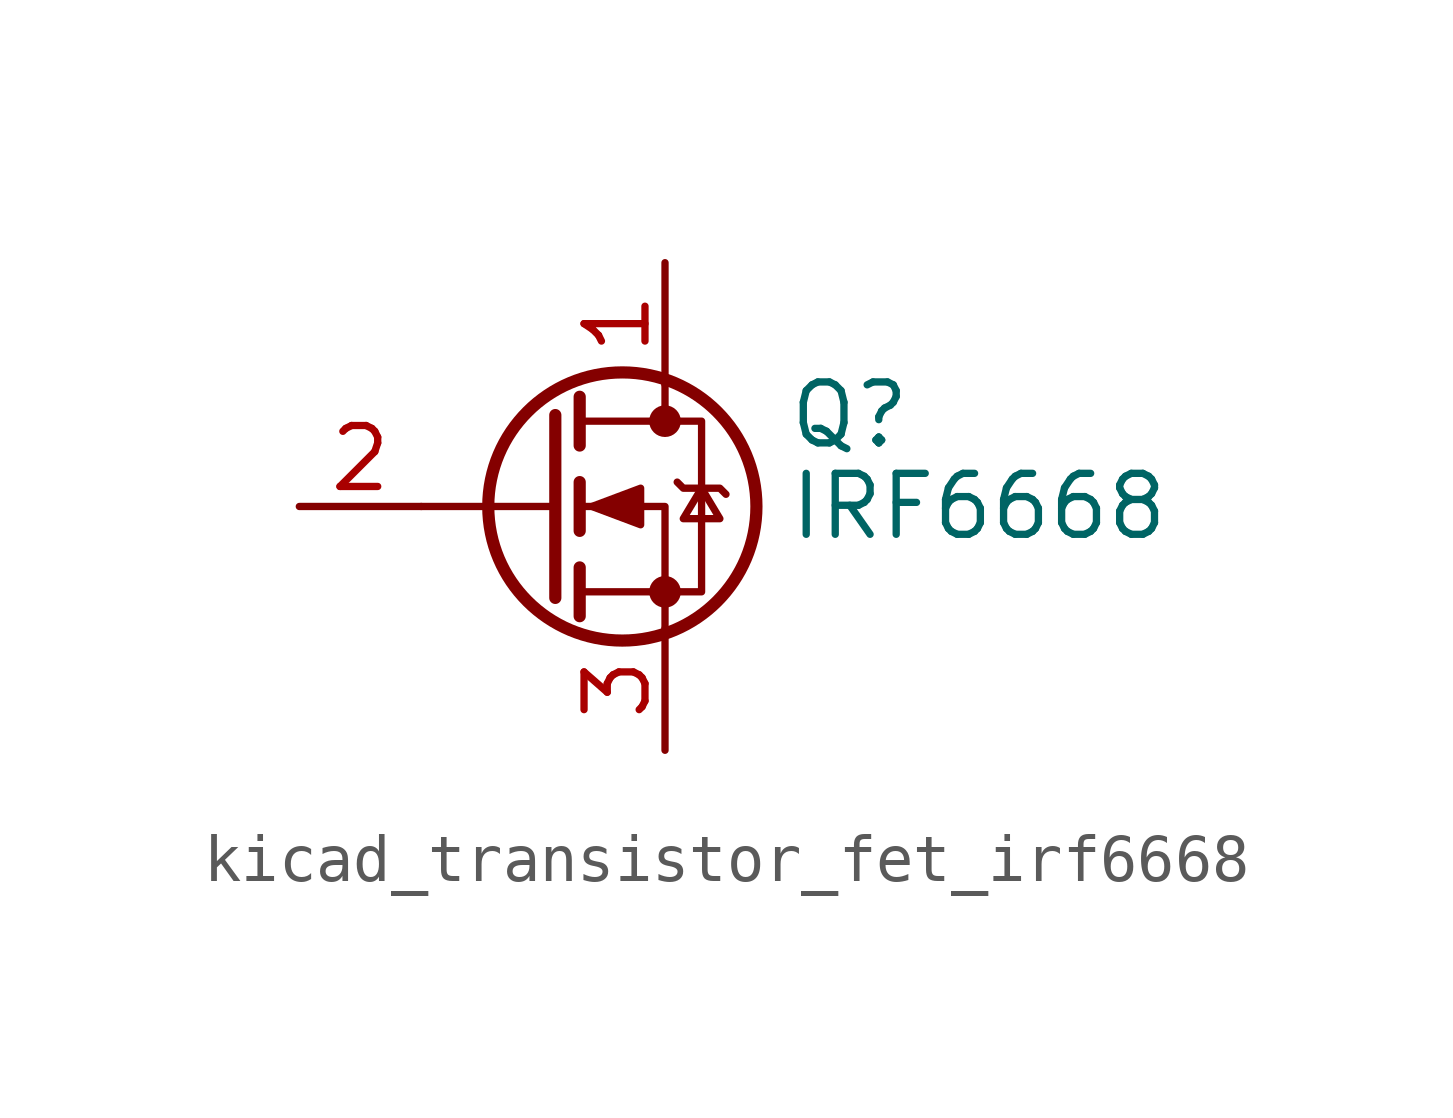
<source format=kicad_sym>
(kicad_symbol_lib
  (version 20220914)
  (generator kicad_symbol_editor)
  (symbol "kicad_transistor_fet_irf6668"
    (pin_names hide)
    (property "Reference" "Q"
      (at 5.08 1.905 0)
      (effects (font (size 1.27 1.27)) (justify left)))
    (property "Value" "IRF6668"
      (at 5.08 0 0)
      (effects (font (size 1.27 1.27)) (justify left)))
    (symbol "kicad_transistor_fet_irf6668_0_1"
      (polyline (pts (xy 0.254 0) (xy -2.54 0)) (stroke (width 0) (type default)) (fill (type none)))
      (polyline (pts (xy 0.254 1.905) (xy 0.254 -1.905)) (stroke (width 0.254) (type default)) (fill (type none)))
      (polyline (pts (xy 0.762 -1.27) (xy 0.762 -2.286)) (stroke (width 0.254) (type default)) (fill (type none)))
      (polyline (pts (xy 0.762 0.508) (xy 0.762 -0.508)) (stroke (width 0.254) (type default)) (fill (type none)))
      (polyline (pts (xy 0.762 2.286) (xy 0.762 1.27)) (stroke (width 0.254) (type default)) (fill (type none)))
      (polyline (pts (xy 2.54 2.54) (xy 2.54 1.778)) (stroke (width 0) (type default)) (fill (type none)))
      (polyline (pts (xy 2.54 -2.54) (xy 2.54 0) (xy 0.762 0)) (stroke (width 0) (type default)) (fill (type none)))
      (polyline (pts (xy 0.762 -1.778) (xy 3.302 -1.778) (xy 3.302 1.778) (xy 0.762 1.778)) (stroke (width 0) (type default)) (fill (type none)))
      (polyline (pts (xy 1.016 0) (xy 2.032 0.381) (xy 2.032 -0.381) (xy 1.016 0)) (stroke (width 0) (type default)) (fill (type outline)))
      (polyline (pts (xy 2.794 0.508) (xy 2.921 0.381) (xy 3.683 0.381) (xy 3.81 0.254)) (stroke (width 0) (type default)) (fill (type none)))
      (polyline (pts (xy 3.302 0.381) (xy 2.921 -0.254) (xy 3.683 -0.254) (xy 3.302 0.381)) (stroke (width 0) (type default)) (fill (type none)))
      (circle (center 1.651 0) (radius 2.794) (stroke (width 0.254) (type default)) (fill (type none)))
      (circle (center 2.54 -1.778) (radius 0.254) (stroke (width 0) (type default)) (fill (type outline)))
      (circle (center 2.54 1.778) (radius 0.254) (stroke (width 0) (type default)) (fill (type outline))))
    (symbol "kicad_transistor_fet_irf6668_1_1"
      (pin passive line (at 2.54 5.08 270) (length 2.54) (name "D" (effects (font (size 1.27 1.27)))) (number "1" (effects (font (size 1.27 1.27)))))
      (pin input line (at -5.08 0 0) (length 2.54) (name "G" (effects (font (size 1.27 1.27)))) (number "2" (effects (font (size 1.27 1.27)))))
      (pin passive line (at 2.54 -5.08 90) (length 2.54) (name "S" (effects (font (size 1.27 1.27)))) (number "3" (effects (font (size 1.27 1.27))))))))
</source>
